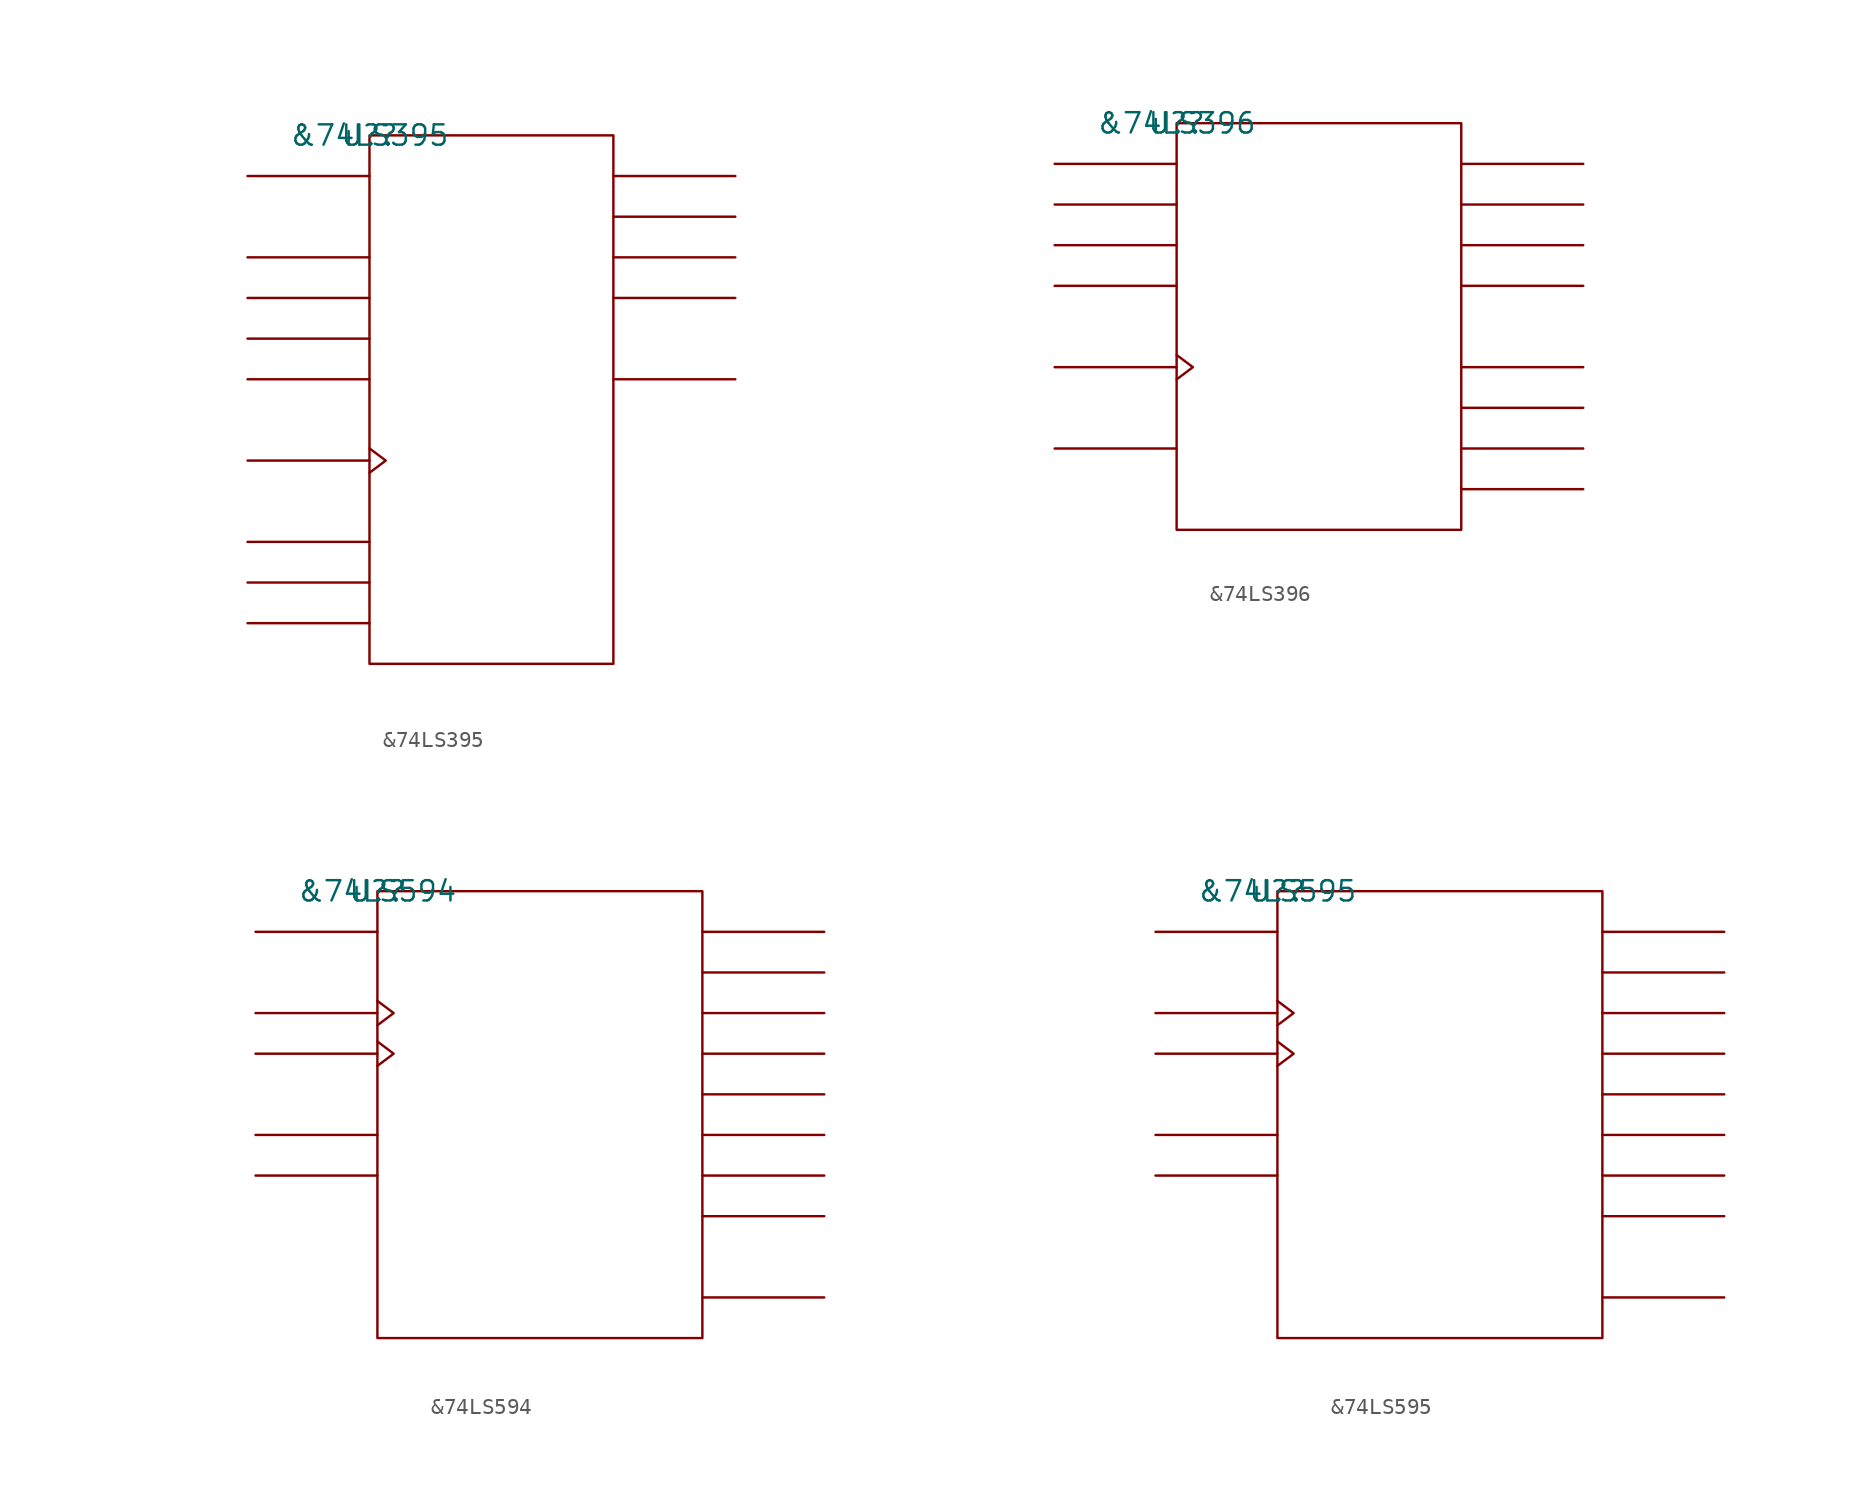
<source format=kicad_sym>
(kicad_symbol_lib
  (version 20211014)
  (generator kicad_symbol_editor)
  (symbol "&74LS395"
    (pin_names
      (offset 0.762))
    (property "Reference" "U?"
      (at 0 0 0)
      (effects (font (size 1.27 1.27))))
    (property "Value" "&74LS395"
      (at 0 0 0)
      (effects (font (size 1.27 1.27))))
    (symbol "&74LS395_0_1"
      (rectangle (start 0 -33.02) (end 15.24 0) (stroke (width 0) (type default) (color 0 0 0 0)) (fill (type none)))
      (polyline (pts (xy 0 -30.48) (xy -7.62 -30.48)) (stroke (width 0) (type default) (color 0 0 0 0)) (fill (type none)))
      (polyline (pts (xy 0 -27.94) (xy -7.62 -27.94)) (stroke (width 0) (type default) (color 0 0 0 0)) (fill (type none)))
      (polyline (pts (xy 0 -25.4) (xy -7.62 -25.4)) (stroke (width 0) (type default) (color 0 0 0 0)) (fill (type none)))
      (polyline (pts (xy 0 -20.32) (xy -7.62 -20.32)) (stroke (width 0) (type default) (color 0 0 0 0)) (fill (type none)))
      (polyline (pts (xy 0 -15.24) (xy -7.62 -15.24)) (stroke (width 0) (type default) (color 0 0 0 0)) (fill (type none)))
      (polyline (pts (xy 0 -12.7) (xy -7.62 -12.7)) (stroke (width 0) (type default) (color 0 0 0 0)) (fill (type none)))
      (polyline (pts (xy 0 -10.16) (xy -7.62 -10.16)) (stroke (width 0) (type default) (color 0 0 0 0)) (fill (type none)))
      (polyline (pts (xy 0 -7.62) (xy -7.62 -7.62)) (stroke (width 0) (type default) (color 0 0 0 0)) (fill (type none)))
      (polyline (pts (xy 0 -2.54) (xy -7.62 -2.54)) (stroke (width 0) (type default) (color 0 0 0 0)) (fill (type none)))
      (polyline (pts (xy 15.24 -15.24) (xy 22.86 -15.24)) (stroke (width 0) (type default) (color 0 0 0 0)) (fill (type none)))
      (polyline (pts (xy 15.24 -10.16) (xy 22.86 -10.16)) (stroke (width 0) (type default) (color 0 0 0 0)) (fill (type none)))
      (polyline (pts (xy 15.24 -7.62) (xy 22.86 -7.62)) (stroke (width 0) (type default) (color 0 0 0 0)) (fill (type none)))
      (polyline (pts (xy 15.24 -5.08) (xy 22.86 -5.08)) (stroke (width 0) (type default) (color 0 0 0 0)) (fill (type none)))
      (polyline (pts (xy 15.24 -2.54) (xy 22.86 -2.54)) (stroke (width 0) (type default) (color 0 0 0 0)) (fill (type none)))
      (polyline (pts (xy 0 -19.558) (xy 1.016 -20.32) (xy 0 -21.082)) (stroke (width 0) (type default) (color 0 0 0 0)) (fill (type none))))
    (symbol "&74LS395_1_1"
      (pin unspecified line (at -7.62 -25.4 0) (length 7.62) hide (name "C\\L\\R\\" (effects (font (size 1.245 1.245)))) (number "1" (effects (font (size 1.245 1.245)))))
      (pin unspecified line (at -7.62 -20.32 180) (length 7.62) hide (name "CLK" (effects (font (size 1.245 1.245)))) (number "10" (effects (font (size 1.245 1.245)))))
      (pin unspecified line (at 22.86 -15.24 180) (length 7.62) hide (name "Q\\D\\" (effects (font (size 1.245 1.245)))) (number "11" (effects (font (size 1.245 1.245)))))
      (pin unspecified line (at 22.86 -10.16 180) (length 7.62) hide (name "QD" (effects (font (size 1.245 1.245)))) (number "12" (effects (font (size 1.245 1.245)))))
      (pin unspecified line (at 22.86 -7.62 180) (length 7.62) hide (name "QC" (effects (font (size 1.245 1.245)))) (number "13" (effects (font (size 1.245 1.245)))))
      (pin unspecified line (at 22.86 -5.08 180) (length 7.62) hide (name "QB" (effects (font (size 1.245 1.245)))) (number "14" (effects (font (size 1.245 1.245)))))
      (pin unspecified line (at 22.86 -2.54 180) (length 7.62) hide (name "QA" (effects (font (size 1.245 1.245)))) (number "15" (effects (font (size 1.245 1.245)))))
      (pin power_in line (at 7.62 0 180) (length 7.62) hide (name "VCC" (effects (font (size 1.245 1.245)))) (number "16" (effects (font (size 1.245 1.245)))))
      (pin unspecified line (at -7.62 -2.54 0) (length 7.62) hide (name "SDI" (effects (font (size 1.245 1.245)))) (number "2" (effects (font (size 1.245 1.245)))))
      (pin unspecified line (at -7.62 -7.62 0) (length 7.62) hide (name "A" (effects (font (size 1.245 1.245)))) (number "3" (effects (font (size 1.245 1.245)))))
      (pin unspecified line (at -7.62 -10.16 0) (length 7.62) hide (name "B" (effects (font (size 1.245 1.245)))) (number "4" (effects (font (size 1.245 1.245)))))
      (pin unspecified line (at -7.62 -12.7 0) (length 7.62) hide (name "C" (effects (font (size 1.245 1.245)))) (number "5" (effects (font (size 1.245 1.245)))))
      (pin unspecified line (at -7.62 -15.24 0) (length 7.62) hide (name "D" (effects (font (size 1.245 1.245)))) (number "6" (effects (font (size 1.245 1.245)))))
      (pin unspecified line (at -7.62 -27.94 0) (length 7.62) hide (name "LD/S\\H\\" (effects (font (size 1.245 1.245)))) (number "7" (effects (font (size 1.245 1.245)))))
      (pin power_in line (at 10.16 -33.02 180) (length 7.62) hide (name "GND" (effects (font (size 1.245 1.245)))) (number "8" (effects (font (size 1.245 1.245)))))
      (pin unspecified line (at -7.62 -30.48 0) (length 7.62) hide (name "O\\E\\" (effects (font (size 1.245 1.245)))) (number "9" (effects (font (size 1.245 1.245)))))))
  (symbol "&74LS396"
    (pin_names
      (offset 0.762))
    (property "Reference" "U?"
      (at 0 0 0)
      (effects (font (size 1.27 1.27))))
    (property "Value" "&74LS396"
      (at 0 0 0)
      (effects (font (size 1.27 1.27))))
    (symbol "&74LS396_0_1"
      (rectangle (start 0 -25.4) (end 17.78 0) (stroke (width 0) (type default) (color 0 0 0 0)) (fill (type none)))
      (polyline (pts (xy 0 -20.32) (xy -7.62 -20.32)) (stroke (width 0) (type default) (color 0 0 0 0)) (fill (type none)))
      (polyline (pts (xy 0 -15.24) (xy -7.62 -15.24)) (stroke (width 0) (type default) (color 0 0 0 0)) (fill (type none)))
      (polyline (pts (xy 0 -10.16) (xy -7.62 -10.16)) (stroke (width 0) (type default) (color 0 0 0 0)) (fill (type none)))
      (polyline (pts (xy 0 -7.62) (xy -7.62 -7.62)) (stroke (width 0) (type default) (color 0 0 0 0)) (fill (type none)))
      (polyline (pts (xy 0 -5.08) (xy -7.62 -5.08)) (stroke (width 0) (type default) (color 0 0 0 0)) (fill (type none)))
      (polyline (pts (xy 0 -2.54) (xy -7.62 -2.54)) (stroke (width 0) (type default) (color 0 0 0 0)) (fill (type none)))
      (polyline (pts (xy 17.78 -22.86) (xy 25.4 -22.86)) (stroke (width 0) (type default) (color 0 0 0 0)) (fill (type none)))
      (polyline (pts (xy 17.78 -20.32) (xy 25.4 -20.32)) (stroke (width 0) (type default) (color 0 0 0 0)) (fill (type none)))
      (polyline (pts (xy 17.78 -17.78) (xy 25.4 -17.78)) (stroke (width 0) (type default) (color 0 0 0 0)) (fill (type none)))
      (polyline (pts (xy 17.78 -15.24) (xy 25.4 -15.24)) (stroke (width 0) (type default) (color 0 0 0 0)) (fill (type none)))
      (polyline (pts (xy 17.78 -10.16) (xy 25.4 -10.16)) (stroke (width 0) (type default) (color 0 0 0 0)) (fill (type none)))
      (polyline (pts (xy 17.78 -7.62) (xy 25.4 -7.62)) (stroke (width 0) (type default) (color 0 0 0 0)) (fill (type none)))
      (polyline (pts (xy 17.78 -5.08) (xy 25.4 -5.08)) (stroke (width 0) (type default) (color 0 0 0 0)) (fill (type none)))
      (polyline (pts (xy 17.78 -2.54) (xy 25.4 -2.54)) (stroke (width 0) (type default) (color 0 0 0 0)) (fill (type none)))
      (polyline (pts (xy 0 -14.478) (xy 1.016 -15.24) (xy 0 -16.002)) (stroke (width 0) (type default) (color 0 0 0 0)) (fill (type none))))
    (symbol "&74LS396_1_1"
      (pin unspecified line (at 25.4 -15.24 180) (length 7.62) hide (name "&2Q1" (effects (font (size 1.245 1.245)))) (number "1" (effects (font (size 1.245 1.245)))))
      (pin unspecified line (at 25.4 -7.62 180) (length 7.62) hide (name "&1Q3" (effects (font (size 1.245 1.245)))) (number "10" (effects (font (size 1.245 1.245)))))
      (pin unspecified line (at 25.4 -20.32 180) (length 7.62) hide (name "&2Q3" (effects (font (size 1.245 1.245)))) (number "11" (effects (font (size 1.245 1.245)))))
      (pin unspecified line (at -7.62 -10.16 0) (length 7.62) hide (name "D4" (effects (font (size 1.245 1.245)))) (number "12" (effects (font (size 1.245 1.245)))))
      (pin unspecified line (at 25.4 -10.16 180) (length 7.62) hide (name "&1Q4" (effects (font (size 1.245 1.245)))) (number "13" (effects (font (size 1.245 1.245)))))
      (pin unspecified line (at 25.4 -22.86 180) (length 7.62) hide (name "&2Q4" (effects (font (size 1.245 1.245)))) (number "14" (effects (font (size 1.245 1.245)))))
      (pin unspecified line (at -7.62 -20.32 0) (length 7.62) hide (name "G\\" (effects (font (size 1.245 1.245)))) (number "15" (effects (font (size 1.245 1.245)))))
      (pin power_in line (at 7.62 0 180) (length 7.62) hide (name "VCC" (effects (font (size 1.245 1.245)))) (number "16" (effects (font (size 1.245 1.245)))))
      (pin unspecified line (at 25.4 -2.54 180) (length 7.62) hide (name "&1Q1" (effects (font (size 1.245 1.245)))) (number "2" (effects (font (size 1.245 1.245)))))
      (pin unspecified line (at -7.62 -2.54 0) (length 7.62) hide (name "D1" (effects (font (size 1.245 1.245)))) (number "3" (effects (font (size 1.245 1.245)))))
      (pin unspecified line (at 25.4 -17.78 180) (length 7.62) hide (name "&2Q2" (effects (font (size 1.245 1.245)))) (number "4" (effects (font (size 1.245 1.245)))))
      (pin unspecified line (at 25.4 -5.08 180) (length 7.62) hide (name "&1Q2" (effects (font (size 1.245 1.245)))) (number "5" (effects (font (size 1.245 1.245)))))
      (pin unspecified line (at -7.62 -5.08 0) (length 7.62) hide (name "D2" (effects (font (size 1.245 1.245)))) (number "6" (effects (font (size 1.245 1.245)))))
      (pin unspecified line (at -7.62 -15.24 180) (length 7.62) hide (name "CLK" (effects (font (size 1.245 1.245)))) (number "7" (effects (font (size 1.245 1.245)))))
      (pin power_in line (at 7.62 -25.4 180) (length 7.62) hide (name "GND" (effects (font (size 1.245 1.245)))) (number "8" (effects (font (size 1.245 1.245)))))
      (pin unspecified line (at -7.62 -7.62 0) (length 7.62) hide (name "D3" (effects (font (size 1.245 1.245)))) (number "9" (effects (font (size 1.245 1.245)))))))
  (symbol "&74LS594"
    (pin_names
      (offset 0.762))
    (property "Reference" "U?"
      (at 0 0 0)
      (effects (font (size 1.27 1.27))))
    (property "Value" "&74LS594"
      (at 0 0 0)
      (effects (font (size 1.27 1.27))))
    (symbol "&74LS594_0_1"
      (rectangle (start 0 -27.94) (end 20.32 0) (stroke (width 0) (type default) (color 0 0 0 0)) (fill (type none)))
      (polyline (pts (xy 0 -17.78) (xy -7.62 -17.78)) (stroke (width 0) (type default) (color 0 0 0 0)) (fill (type none)))
      (polyline (pts (xy 0 -15.24) (xy -7.62 -15.24)) (stroke (width 0) (type default) (color 0 0 0 0)) (fill (type none)))
      (polyline (pts (xy 0 -10.16) (xy -7.62 -10.16)) (stroke (width 0) (type default) (color 0 0 0 0)) (fill (type none)))
      (polyline (pts (xy 0 -7.62) (xy -7.62 -7.62)) (stroke (width 0) (type default) (color 0 0 0 0)) (fill (type none)))
      (polyline (pts (xy 0 -2.54) (xy -7.62 -2.54)) (stroke (width 0) (type default) (color 0 0 0 0)) (fill (type none)))
      (polyline (pts (xy 20.32 -25.4) (xy 27.94 -25.4)) (stroke (width 0) (type default) (color 0 0 0 0)) (fill (type none)))
      (polyline (pts (xy 20.32 -20.32) (xy 27.94 -20.32)) (stroke (width 0) (type default) (color 0 0 0 0)) (fill (type none)))
      (polyline (pts (xy 20.32 -17.78) (xy 27.94 -17.78)) (stroke (width 0) (type default) (color 0 0 0 0)) (fill (type none)))
      (polyline (pts (xy 20.32 -15.24) (xy 27.94 -15.24)) (stroke (width 0) (type default) (color 0 0 0 0)) (fill (type none)))
      (polyline (pts (xy 20.32 -12.7) (xy 27.94 -12.7)) (stroke (width 0) (type default) (color 0 0 0 0)) (fill (type none)))
      (polyline (pts (xy 20.32 -10.16) (xy 27.94 -10.16)) (stroke (width 0) (type default) (color 0 0 0 0)) (fill (type none)))
      (polyline (pts (xy 20.32 -7.62) (xy 27.94 -7.62)) (stroke (width 0) (type default) (color 0 0 0 0)) (fill (type none)))
      (polyline (pts (xy 20.32 -5.08) (xy 27.94 -5.08)) (stroke (width 0) (type default) (color 0 0 0 0)) (fill (type none)))
      (polyline (pts (xy 20.32 -2.54) (xy 27.94 -2.54)) (stroke (width 0) (type default) (color 0 0 0 0)) (fill (type none)))
      (polyline (pts (xy 0 -9.398) (xy 1.016 -10.16) (xy 0 -10.922)) (stroke (width 0) (type default) (color 0 0 0 0)) (fill (type none)))
      (polyline (pts (xy 0 -6.858) (xy 1.016 -7.62) (xy 0 -8.382)) (stroke (width 0) (type default) (color 0 0 0 0)) (fill (type none))))
    (symbol "&74LS594_1_1"
      (pin unspecified line (at 27.94 -5.08 180) (length 7.62) hide (name "QB" (effects (font (size 1.245 1.245)))) (number "1" (effects (font (size 1.245 1.245)))))
      (pin unspecified line (at -7.62 -17.78 0) (length 7.62) hide (name "S\\R\\C\\L\\R\\" (effects (font (size 1.245 1.245)))) (number "10" (effects (font (size 1.245 1.245)))))
      (pin unspecified line (at -7.62 -10.16 180) (length 7.62) hide (name "SRCLK" (effects (font (size 1.245 1.245)))) (number "11" (effects (font (size 1.245 1.245)))))
      (pin unspecified line (at -7.62 -7.62 180) (length 7.62) hide (name "RCLK" (effects (font (size 1.245 1.245)))) (number "12" (effects (font (size 1.245 1.245)))))
      (pin unspecified line (at -7.62 -15.24 0) (length 7.62) hide (name "R\\C\\L\\R\\" (effects (font (size 1.245 1.245)))) (number "13" (effects (font (size 1.245 1.245)))))
      (pin unspecified line (at -7.62 -2.54 0) (length 7.62) hide (name "SER" (effects (font (size 1.245 1.245)))) (number "14" (effects (font (size 1.245 1.245)))))
      (pin unspecified line (at 27.94 -2.54 180) (length 7.62) hide (name "QA" (effects (font (size 1.245 1.245)))) (number "15" (effects (font (size 1.245 1.245)))))
      (pin power_in line (at 10.16 0 180) (length 7.62) hide (name "VCC" (effects (font (size 1.245 1.245)))) (number "16" (effects (font (size 1.245 1.245)))))
      (pin unspecified line (at 27.94 -7.62 180) (length 7.62) hide (name "QC" (effects (font (size 1.245 1.245)))) (number "2" (effects (font (size 1.245 1.245)))))
      (pin unspecified line (at 27.94 -10.16 180) (length 7.62) hide (name "QD" (effects (font (size 1.245 1.245)))) (number "3" (effects (font (size 1.245 1.245)))))
      (pin unspecified line (at 27.94 -12.7 180) (length 7.62) hide (name "QE" (effects (font (size 1.245 1.245)))) (number "4" (effects (font (size 1.245 1.245)))))
      (pin unspecified line (at 27.94 -15.24 180) (length 7.62) hide (name "QF" (effects (font (size 1.245 1.245)))) (number "5" (effects (font (size 1.245 1.245)))))
      (pin unspecified line (at 27.94 -17.78 180) (length 7.62) hide (name "QG" (effects (font (size 1.245 1.245)))) (number "6" (effects (font (size 1.245 1.245)))))
      (pin unspecified line (at 27.94 -20.32 180) (length 7.62) hide (name "QH" (effects (font (size 1.245 1.245)))) (number "7" (effects (font (size 1.245 1.245)))))
      (pin power_in line (at 2.54 -27.94 180) (length 7.62) hide (name "GND" (effects (font (size 1.245 1.245)))) (number "8" (effects (font (size 1.245 1.245)))))
      (pin unspecified line (at 27.94 -25.4 180) (length 7.62) hide (name "QH'" (effects (font (size 1.245 1.245)))) (number "9" (effects (font (size 1.245 1.245)))))))
  (symbol "&74LS595"
    (pin_names
      (offset 0.762))
    (property "Reference" "U?"
      (at 0 0 0)
      (effects (font (size 1.27 1.27))))
    (property "Value" "&74LS595"
      (at 0 0 0)
      (effects (font (size 1.27 1.27))))
    (symbol "&74LS595_0_1"
      (rectangle (start 0 -27.94) (end 20.32 0) (stroke (width 0) (type default) (color 0 0 0 0)) (fill (type none)))
      (polyline (pts (xy 0 -17.78) (xy -7.62 -17.78)) (stroke (width 0) (type default) (color 0 0 0 0)) (fill (type none)))
      (polyline (pts (xy 0 -15.24) (xy -7.62 -15.24)) (stroke (width 0) (type default) (color 0 0 0 0)) (fill (type none)))
      (polyline (pts (xy 0 -10.16) (xy -7.62 -10.16)) (stroke (width 0) (type default) (color 0 0 0 0)) (fill (type none)))
      (polyline (pts (xy 0 -7.62) (xy -7.62 -7.62)) (stroke (width 0) (type default) (color 0 0 0 0)) (fill (type none)))
      (polyline (pts (xy 0 -2.54) (xy -7.62 -2.54)) (stroke (width 0) (type default) (color 0 0 0 0)) (fill (type none)))
      (polyline (pts (xy 20.32 -25.4) (xy 27.94 -25.4)) (stroke (width 0) (type default) (color 0 0 0 0)) (fill (type none)))
      (polyline (pts (xy 20.32 -20.32) (xy 27.94 -20.32)) (stroke (width 0) (type default) (color 0 0 0 0)) (fill (type none)))
      (polyline (pts (xy 20.32 -17.78) (xy 27.94 -17.78)) (stroke (width 0) (type default) (color 0 0 0 0)) (fill (type none)))
      (polyline (pts (xy 20.32 -15.24) (xy 27.94 -15.24)) (stroke (width 0) (type default) (color 0 0 0 0)) (fill (type none)))
      (polyline (pts (xy 20.32 -12.7) (xy 27.94 -12.7)) (stroke (width 0) (type default) (color 0 0 0 0)) (fill (type none)))
      (polyline (pts (xy 20.32 -10.16) (xy 27.94 -10.16)) (stroke (width 0) (type default) (color 0 0 0 0)) (fill (type none)))
      (polyline (pts (xy 20.32 -7.62) (xy 27.94 -7.62)) (stroke (width 0) (type default) (color 0 0 0 0)) (fill (type none)))
      (polyline (pts (xy 20.32 -5.08) (xy 27.94 -5.08)) (stroke (width 0) (type default) (color 0 0 0 0)) (fill (type none)))
      (polyline (pts (xy 20.32 -2.54) (xy 27.94 -2.54)) (stroke (width 0) (type default) (color 0 0 0 0)) (fill (type none)))
      (polyline (pts (xy 0 -9.398) (xy 1.016 -10.16) (xy 0 -10.922)) (stroke (width 0) (type default) (color 0 0 0 0)) (fill (type none)))
      (polyline (pts (xy 0 -6.858) (xy 1.016 -7.62) (xy 0 -8.382)) (stroke (width 0) (type default) (color 0 0 0 0)) (fill (type none))))
    (symbol "&74LS595_1_1"
      (pin unspecified line (at 27.94 -5.08 180) (length 7.62) hide (name "QB" (effects (font (size 1.245 1.245)))) (number "1" (effects (font (size 1.245 1.245)))))
      (pin unspecified line (at -7.62 -17.78 0) (length 7.62) hide (name "S\\R\\C\\L\\R\\" (effects (font (size 1.245 1.245)))) (number "10" (effects (font (size 1.245 1.245)))))
      (pin unspecified line (at -7.62 -10.16 180) (length 7.62) hide (name "SRCLK" (effects (font (size 1.245 1.245)))) (number "11" (effects (font (size 1.245 1.245)))))
      (pin unspecified line (at -7.62 -7.62 180) (length 7.62) hide (name "RCLK" (effects (font (size 1.245 1.245)))) (number "12" (effects (font (size 1.245 1.245)))))
      (pin unspecified line (at -7.62 -15.24 0) (length 7.62) hide (name "G\\" (effects (font (size 1.245 1.245)))) (number "13" (effects (font (size 1.245 1.245)))))
      (pin unspecified line (at -7.62 -2.54 0) (length 7.62) hide (name "SER" (effects (font (size 1.245 1.245)))) (number "14" (effects (font (size 1.245 1.245)))))
      (pin unspecified line (at 27.94 -2.54 180) (length 7.62) hide (name "QA" (effects (font (size 1.245 1.245)))) (number "15" (effects (font (size 1.245 1.245)))))
      (pin power_in line (at 10.16 0 180) (length 7.62) hide (name "VCC" (effects (font (size 1.245 1.245)))) (number "16" (effects (font (size 1.245 1.245)))))
      (pin unspecified line (at 27.94 -7.62 180) (length 7.62) hide (name "QC" (effects (font (size 1.245 1.245)))) (number "2" (effects (font (size 1.245 1.245)))))
      (pin unspecified line (at 27.94 -10.16 180) (length 7.62) hide (name "QD" (effects (font (size 1.245 1.245)))) (number "3" (effects (font (size 1.245 1.245)))))
      (pin unspecified line (at 27.94 -12.7 180) (length 7.62) hide (name "QE" (effects (font (size 1.245 1.245)))) (number "4" (effects (font (size 1.245 1.245)))))
      (pin unspecified line (at 27.94 -15.24 180) (length 7.62) hide (name "QF" (effects (font (size 1.245 1.245)))) (number "5" (effects (font (size 1.245 1.245)))))
      (pin unspecified line (at 27.94 -17.78 180) (length 7.62) hide (name "QG" (effects (font (size 1.245 1.245)))) (number "6" (effects (font (size 1.245 1.245)))))
      (pin unspecified line (at 27.94 -20.32 180) (length 7.62) hide (name "QH" (effects (font (size 1.245 1.245)))) (number "7" (effects (font (size 1.245 1.245)))))
      (pin power_in line (at 10.16 -27.94 180) (length 7.62) hide (name "GND" (effects (font (size 1.245 1.245)))) (number "8" (effects (font (size 1.245 1.245)))))
      (pin unspecified line (at 27.94 -25.4 180) (length 7.62) hide (name "QH'" (effects (font (size 1.245 1.245)))) (number "9" (effects (font (size 1.245 1.245))))))))
</source>
